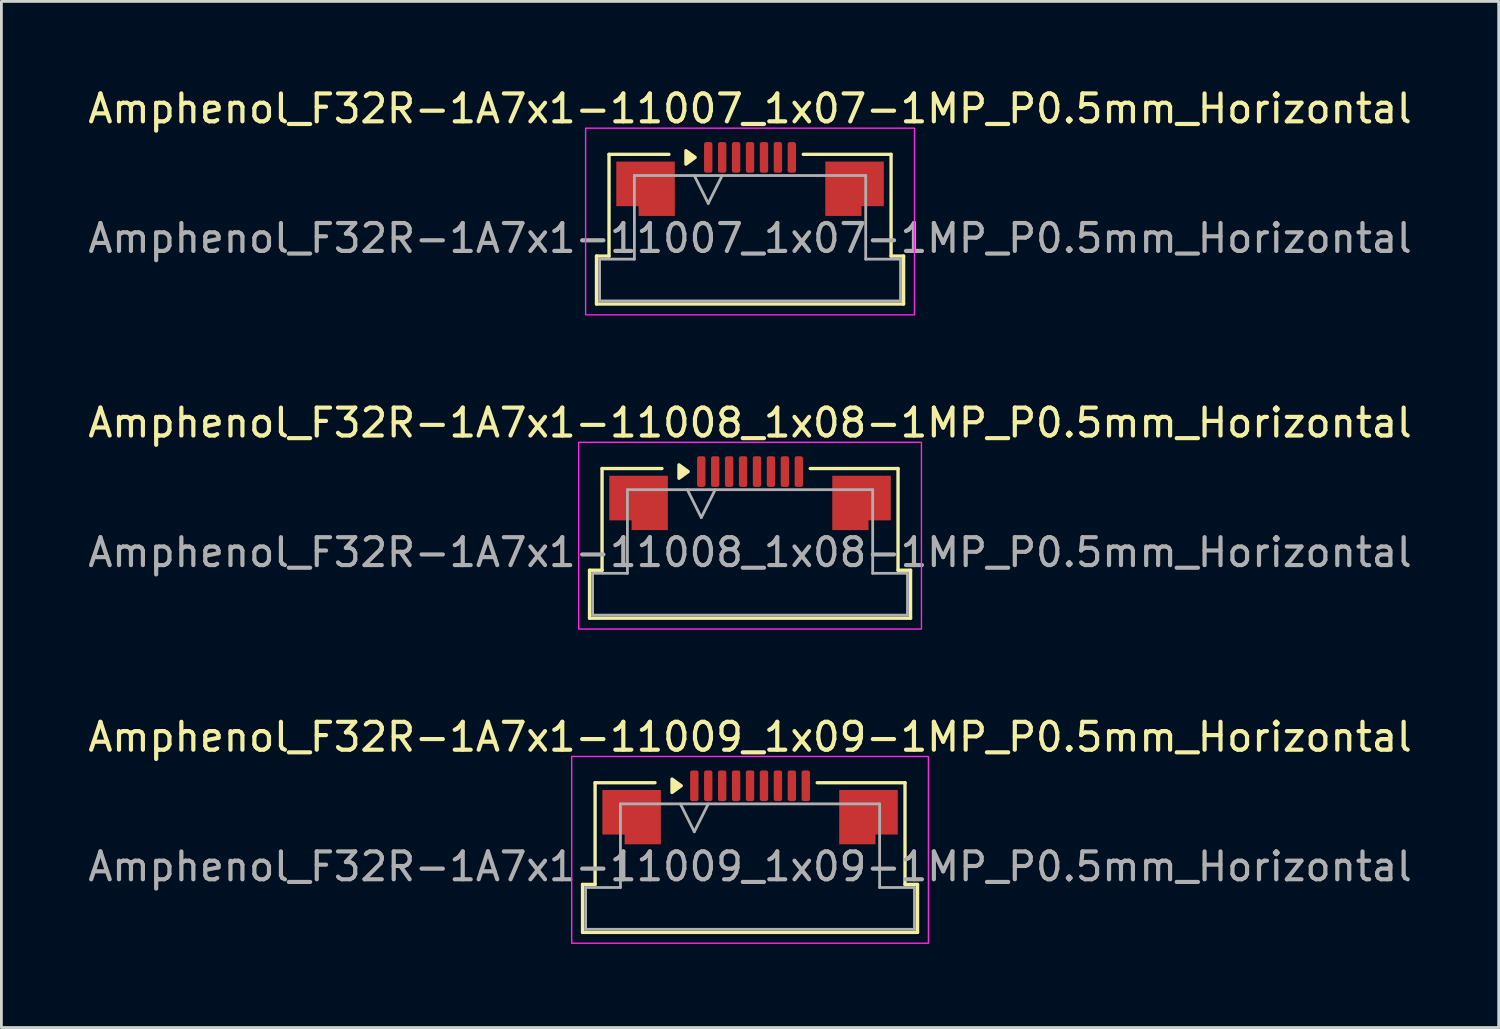
<source format=kicad_pcb>
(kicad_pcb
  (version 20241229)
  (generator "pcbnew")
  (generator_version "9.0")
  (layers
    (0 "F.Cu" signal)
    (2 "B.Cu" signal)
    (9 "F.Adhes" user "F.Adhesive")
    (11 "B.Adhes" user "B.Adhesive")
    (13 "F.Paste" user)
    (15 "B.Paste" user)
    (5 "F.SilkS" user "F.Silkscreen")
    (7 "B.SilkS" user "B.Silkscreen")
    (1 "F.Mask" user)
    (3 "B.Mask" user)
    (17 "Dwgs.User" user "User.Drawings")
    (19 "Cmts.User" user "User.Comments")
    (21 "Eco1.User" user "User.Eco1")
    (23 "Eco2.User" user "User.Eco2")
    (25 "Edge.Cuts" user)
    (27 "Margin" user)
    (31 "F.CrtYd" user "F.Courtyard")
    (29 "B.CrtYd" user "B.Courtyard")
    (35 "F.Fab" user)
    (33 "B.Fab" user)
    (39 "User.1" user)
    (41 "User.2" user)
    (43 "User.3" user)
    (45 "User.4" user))
  (footprint "Amphenol_F32R-1A7x1-11009_1x09-1MP_P0.5mm_Horizontal"
    (layer "F.Cu")
    (at 23.863 28.045)
    (property "Reference" "Amphenol_F32R-1A7x1-11009_1x09-1MP_P0.5mm_Horizontal" (at 0 -4.65 0) (layer "F.SilkS") (effects (font (size 1 1) (thickness 0.15))))
    (attr smd)
    (fp_line (start -6.01 0.64) (end -5.56 0.64) (stroke (width 0.12) (type solid)) (layer "F.SilkS"))
    (fp_line (start -6.01 2.36) (end -6.01 0.64) (stroke (width 0.12) (type solid)) (layer "F.SilkS"))
    (fp_line (start -5.56 -3.01) (end -3.41 -3.01) (stroke (width 0.12) (type solid)) (layer "F.SilkS"))
    (fp_line (start -5.56 0.64) (end -5.56 -3.01) (stroke (width 0.12) (type solid)) (layer "F.SilkS"))
    (fp_line (start 2.41 -3.01) (end 5.56 -3.01) (stroke (width 0.12) (type solid)) (layer "F.SilkS"))
    (fp_line (start 5.56 -3.01) (end 5.56 0.64) (stroke (width 0.12) (type solid)) (layer "F.SilkS"))
    (fp_line (start 5.56 0.64) (end 6.01 0.64) (stroke (width 0.12) (type solid)) (layer "F.SilkS"))
    (fp_line (start 6.01 0.64) (end 6.01 2.36) (stroke (width 0.12) (type solid)) (layer "F.SilkS"))
    (fp_line (start 6.01 2.36) (end -6.01 2.36) (stroke (width 0.12) (type solid)) (layer "F.SilkS"))
    (fp_poly (pts (xy -2.47 -2.9) (xy -2.8 -2.66) (xy -2.8 -3.14)) (stroke (width 0.12) (type solid)) (fill yes) (layer "F.SilkS"))
    (fp_rect (start -6.4 -3.95) (end 6.4 2.75) (stroke (width 0.05) (type solid)) (fill no) (layer "F.CrtYd"))
    (fp_line (start -5.9 0.75) (end -4.65 0.75) (stroke (width 0.1) (type solid)) (layer "F.Fab"))
    (fp_line (start -5.9 2.25) (end -5.9 0.75) (stroke (width 0.1) (type solid)) (layer "F.Fab"))
    (fp_line (start -4.65 -2.25) (end 4.65 -2.25) (stroke (width 0.1) (type solid)) (layer "F.Fab"))
    (fp_line (start -4.65 0.75) (end -4.65 -2.25) (stroke (width 0.1) (type solid)) (layer "F.Fab"))
    (fp_line (start -2.5 -2.25) (end -2 -1.25) (stroke (width 0.1) (type solid)) (layer "F.Fab"))
    (fp_line (start -2 -1.25) (end -1.5 -2.25) (stroke (width 0.1) (type solid)) (layer "F.Fab"))
    (fp_line (start 4.65 -2.25) (end 4.65 0.75) (stroke (width 0.1) (type solid)) (layer "F.Fab"))
    (fp_line (start 4.65 0.75) (end 5.9 0.75) (stroke (width 0.1) (type solid)) (layer "F.Fab"))
    (fp_line (start 5.9 0.75) (end 5.9 2.25) (stroke (width 0.1) (type solid)) (layer "F.Fab"))
    (fp_line (start 5.9 2.25) (end -5.9 2.25) (stroke (width 0.1) (type solid)) (layer "F.Fab"))
    (fp_text user "${REFERENCE}" (at 0 0 0) (layer "F.Fab") (effects (font (size 1 1) (thickness 0.15))))
    (pad "1" smd roundrect (at -2 -2.9) (size 0.3 1.1) (layers "F.Cu" "F.Mask" "F.Paste") (roundrect_rratio 0.25))
    (pad "2" smd roundrect (at -1.5 -2.9) (size 0.3 1.1) (layers "F.Cu" "F.Mask" "F.Paste") (roundrect_rratio 0.25))
    (pad "3" smd roundrect (at -1 -2.9) (size 0.3 1.1) (layers "F.Cu" "F.Mask" "F.Paste") (roundrect_rratio 0.25))
    (pad "4" smd roundrect (at -0.5 -2.9) (size 0.3 1.1) (layers "F.Cu" "F.Mask" "F.Paste") (roundrect_rratio 0.25))
    (pad "5" smd roundrect (at 0 -2.9) (size 0.3 1.1) (layers "F.Cu" "F.Mask" "F.Paste") (roundrect_rratio 0.25))
    (pad "6" smd roundrect (at 0.5 -2.9) (size 0.3 1.1) (layers "F.Cu" "F.Mask" "F.Paste") (roundrect_rratio 0.25))
    (pad "7" smd roundrect (at 1 -2.9) (size 0.3 1.1) (layers "F.Cu" "F.Mask" "F.Paste") (roundrect_rratio 0.25))
    (pad "8" smd roundrect (at 1.5 -2.9) (size 0.3 1.1) (layers "F.Cu" "F.Mask" "F.Paste") (roundrect_rratio 0.25))
    (pad "9" smd roundrect (at 2 -2.9) (size 0.3 1.1) (layers "F.Cu" "F.Mask" "F.Paste") (roundrect_rratio 0.25))
    (pad "MP" smd custom (at -4.25 -1.775) (size 1 1) (layers "F.Cu" "F.Mask" "F.Paste") (options (anchor circle)) (primitives (gr_poly (pts (xy 1.05 -0.975) (xy 1.05 0.975) (xy -0.25 0.975) (xy -0.25 0.625) (xy -1.05 0.625) (xy -1.05 -0.975)) (width 0) (fill yes))))
    (pad "MP" smd custom (at 4.25 -1.775) (size 1 1) (layers "F.Cu" "F.Mask" "F.Paste") (options (anchor circle)) (primitives (gr_poly (pts (xy -1.05 -0.975) (xy -1.05 0.975) (xy 0.25 0.975) (xy 0.25 0.625) (xy 1.05 0.625) (xy 1.05 -0.975)) (width 0) (fill yes)))))
  (footprint "Amphenol_F32R-1A7x1-11008_1x08-1MP_P0.5mm_Horizontal"
    (layer "F.Cu")
    (at 23.863 16.771)
    (property "Reference" "Amphenol_F32R-1A7x1-11008_1x08-1MP_P0.5mm_Horizontal" (at 0 -4.65 0) (layer "F.SilkS") (effects (font (size 1 1) (thickness 0.15))))
    (attr smd)
    (fp_line (start -5.76 0.64) (end -5.31 0.64) (stroke (width 0.12) (type solid)) (layer "F.SilkS"))
    (fp_line (start -5.76 2.36) (end -5.76 0.64) (stroke (width 0.12) (type solid)) (layer "F.SilkS"))
    (fp_line (start -5.31 -3.01) (end -3.16 -3.01) (stroke (width 0.12) (type solid)) (layer "F.SilkS"))
    (fp_line (start -5.31 0.64) (end -5.31 -3.01) (stroke (width 0.12) (type solid)) (layer "F.SilkS"))
    (fp_line (start 2.16 -3.01) (end 5.31 -3.01) (stroke (width 0.12) (type solid)) (layer "F.SilkS"))
    (fp_line (start 5.31 -3.01) (end 5.31 0.64) (stroke (width 0.12) (type solid)) (layer "F.SilkS"))
    (fp_line (start 5.31 0.64) (end 5.76 0.64) (stroke (width 0.12) (type solid)) (layer "F.SilkS"))
    (fp_line (start 5.76 0.64) (end 5.76 2.36) (stroke (width 0.12) (type solid)) (layer "F.SilkS"))
    (fp_line (start 5.76 2.36) (end -5.76 2.36) (stroke (width 0.12) (type solid)) (layer "F.SilkS"))
    (fp_poly (pts (xy -2.22 -2.9) (xy -2.55 -2.66) (xy -2.55 -3.14)) (stroke (width 0.12) (type solid)) (fill yes) (layer "F.SilkS"))
    (fp_rect (start -6.15 -3.95) (end 6.15 2.75) (stroke (width 0.05) (type solid)) (fill no) (layer "F.CrtYd"))
    (fp_line (start -5.65 0.75) (end -4.4 0.75) (stroke (width 0.1) (type solid)) (layer "F.Fab"))
    (fp_line (start -5.65 2.25) (end -5.65 0.75) (stroke (width 0.1) (type solid)) (layer "F.Fab"))
    (fp_line (start -4.4 -2.25) (end 4.4 -2.25) (stroke (width 0.1) (type solid)) (layer "F.Fab"))
    (fp_line (start -4.4 0.75) (end -4.4 -2.25) (stroke (width 0.1) (type solid)) (layer "F.Fab"))
    (fp_line (start -2.25 -2.25) (end -1.75 -1.25) (stroke (width 0.1) (type solid)) (layer "F.Fab"))
    (fp_line (start -1.75 -1.25) (end -1.25 -2.25) (stroke (width 0.1) (type solid)) (layer "F.Fab"))
    (fp_line (start 4.4 -2.25) (end 4.4 0.75) (stroke (width 0.1) (type solid)) (layer "F.Fab"))
    (fp_line (start 4.4 0.75) (end 5.65 0.75) (stroke (width 0.1) (type solid)) (layer "F.Fab"))
    (fp_line (start 5.65 0.75) (end 5.65 2.25) (stroke (width 0.1) (type solid)) (layer "F.Fab"))
    (fp_line (start 5.65 2.25) (end -5.65 2.25) (stroke (width 0.1) (type solid)) (layer "F.Fab"))
    (fp_text user "${REFERENCE}" (at 0 0 0) (layer "F.Fab") (effects (font (size 1 1) (thickness 0.15))))
    (pad "1" smd roundrect (at -1.75 -2.9) (size 0.3 1.1) (layers "F.Cu" "F.Mask" "F.Paste") (roundrect_rratio 0.25))
    (pad "2" smd roundrect (at -1.25 -2.9) (size 0.3 1.1) (layers "F.Cu" "F.Mask" "F.Paste") (roundrect_rratio 0.25))
    (pad "3" smd roundrect (at -0.75 -2.9) (size 0.3 1.1) (layers "F.Cu" "F.Mask" "F.Paste") (roundrect_rratio 0.25))
    (pad "4" smd roundrect (at -0.25 -2.9) (size 0.3 1.1) (layers "F.Cu" "F.Mask" "F.Paste") (roundrect_rratio 0.25))
    (pad "5" smd roundrect (at 0.25 -2.9) (size 0.3 1.1) (layers "F.Cu" "F.Mask" "F.Paste") (roundrect_rratio 0.25))
    (pad "6" smd roundrect (at 0.75 -2.9) (size 0.3 1.1) (layers "F.Cu" "F.Mask" "F.Paste") (roundrect_rratio 0.25))
    (pad "7" smd roundrect (at 1.25 -2.9) (size 0.3 1.1) (layers "F.Cu" "F.Mask" "F.Paste") (roundrect_rratio 0.25))
    (pad "8" smd roundrect (at 1.75 -2.9) (size 0.3 1.1) (layers "F.Cu" "F.Mask" "F.Paste") (roundrect_rratio 0.25))
    (pad "MP" smd custom (at -4 -1.775) (size 1 1) (layers "F.Cu" "F.Mask" "F.Paste") (options (anchor circle)) (primitives (gr_poly (pts (xy 1.05 -0.975) (xy 1.05 0.975) (xy -0.25 0.975) (xy -0.25 0.625) (xy -1.05 0.625) (xy -1.05 -0.975)) (width 0) (fill yes))))
    (pad "MP" smd custom (at 4 -1.775) (size 1 1) (layers "F.Cu" "F.Mask" "F.Paste") (options (anchor circle)) (primitives (gr_poly (pts (xy -1.05 -0.975) (xy -1.05 0.975) (xy 0.25 0.975) (xy 0.25 0.625) (xy 1.05 0.625) (xy 1.05 -0.975)) (width 0) (fill yes)))))
  (footprint "Amphenol_F32R-1A7x1-11007_1x07-1MP_P0.5mm_Horizontal"
    (layer "F.Cu")
    (at 23.863 5.498)
    (property "Reference" "Amphenol_F32R-1A7x1-11007_1x07-1MP_P0.5mm_Horizontal" (at 0 -4.65 0) (layer "F.SilkS") (effects (font (size 1 1) (thickness 0.15))))
    (attr smd)
    (fp_line (start -5.51 0.64) (end -5.06 0.64) (stroke (width 0.12) (type solid)) (layer "F.SilkS"))
    (fp_line (start -5.51 2.36) (end -5.51 0.64) (stroke (width 0.12) (type solid)) (layer "F.SilkS"))
    (fp_line (start -5.06 -3.01) (end -2.91 -3.01) (stroke (width 0.12) (type solid)) (layer "F.SilkS"))
    (fp_line (start -5.06 0.64) (end -5.06 -3.01) (stroke (width 0.12) (type solid)) (layer "F.SilkS"))
    (fp_line (start 1.91 -3.01) (end 5.06 -3.01) (stroke (width 0.12) (type solid)) (layer "F.SilkS"))
    (fp_line (start 5.06 -3.01) (end 5.06 0.64) (stroke (width 0.12) (type solid)) (layer "F.SilkS"))
    (fp_line (start 5.06 0.64) (end 5.51 0.64) (stroke (width 0.12) (type solid)) (layer "F.SilkS"))
    (fp_line (start 5.51 0.64) (end 5.51 2.36) (stroke (width 0.12) (type solid)) (layer "F.SilkS"))
    (fp_line (start 5.51 2.36) (end -5.51 2.36) (stroke (width 0.12) (type solid)) (layer "F.SilkS"))
    (fp_poly (pts (xy -1.97 -2.9) (xy -2.3 -2.66) (xy -2.3 -3.14)) (stroke (width 0.12) (type solid)) (fill yes) (layer "F.SilkS"))
    (fp_rect (start -5.9 -3.95) (end 5.9 2.75) (stroke (width 0.05) (type solid)) (fill no) (layer "F.CrtYd"))
    (fp_line (start -5.4 0.75) (end -4.15 0.75) (stroke (width 0.1) (type solid)) (layer "F.Fab"))
    (fp_line (start -5.4 2.25) (end -5.4 0.75) (stroke (width 0.1) (type solid)) (layer "F.Fab"))
    (fp_line (start -4.15 -2.25) (end 4.15 -2.25) (stroke (width 0.1) (type solid)) (layer "F.Fab"))
    (fp_line (start -4.15 0.75) (end -4.15 -2.25) (stroke (width 0.1) (type solid)) (layer "F.Fab"))
    (fp_line (start -2 -2.25) (end -1.5 -1.25) (stroke (width 0.1) (type solid)) (layer "F.Fab"))
    (fp_line (start -1.5 -1.25) (end -1 -2.25) (stroke (width 0.1) (type solid)) (layer "F.Fab"))
    (fp_line (start 4.15 -2.25) (end 4.15 0.75) (stroke (width 0.1) (type solid)) (layer "F.Fab"))
    (fp_line (start 4.15 0.75) (end 5.4 0.75) (stroke (width 0.1) (type solid)) (layer "F.Fab"))
    (fp_line (start 5.4 0.75) (end 5.4 2.25) (stroke (width 0.1) (type solid)) (layer "F.Fab"))
    (fp_line (start 5.4 2.25) (end -5.4 2.25) (stroke (width 0.1) (type solid)) (layer "F.Fab"))
    (fp_text user "${REFERENCE}" (at 0 0 0) (layer "F.Fab") (effects (font (size 1 1) (thickness 0.15))))
    (pad "1" smd roundrect (at -1.5 -2.9) (size 0.3 1.1) (layers "F.Cu" "F.Mask" "F.Paste") (roundrect_rratio 0.25))
    (pad "2" smd roundrect (at -1 -2.9) (size 0.3 1.1) (layers "F.Cu" "F.Mask" "F.Paste") (roundrect_rratio 0.25))
    (pad "3" smd roundrect (at -0.5 -2.9) (size 0.3 1.1) (layers "F.Cu" "F.Mask" "F.Paste") (roundrect_rratio 0.25))
    (pad "4" smd roundrect (at 0 -2.9) (size 0.3 1.1) (layers "F.Cu" "F.Mask" "F.Paste") (roundrect_rratio 0.25))
    (pad "5" smd roundrect (at 0.5 -2.9) (size 0.3 1.1) (layers "F.Cu" "F.Mask" "F.Paste") (roundrect_rratio 0.25))
    (pad "6" smd roundrect (at 1 -2.9) (size 0.3 1.1) (layers "F.Cu" "F.Mask" "F.Paste") (roundrect_rratio 0.25))
    (pad "7" smd roundrect (at 1.5 -2.9) (size 0.3 1.1) (layers "F.Cu" "F.Mask" "F.Paste") (roundrect_rratio 0.25))
    (pad "MP" smd custom (at -3.75 -1.775) (size 1 1) (layers "F.Cu" "F.Mask" "F.Paste") (options (anchor circle)) (primitives (gr_poly (pts (xy 1.05 -0.975) (xy 1.05 0.975) (xy -0.25 0.975) (xy -0.25 0.625) (xy -1.05 0.625) (xy -1.05 -0.975)) (width 0) (fill yes))))
    (pad "MP" smd custom (at 3.75 -1.775) (size 1 1) (layers "F.Cu" "F.Mask" "F.Paste") (options (anchor circle)) (primitives (gr_poly (pts (xy -1.05 -0.975) (xy -1.05 0.975) (xy 0.25 0.975) (xy 0.25 0.625) (xy 1.05 0.625) (xy 1.05 -0.975)) (width 0) (fill yes)))))
  (gr_rect
    (start -3 -3)
    (end 50.726 33.82)
    (stroke (width 0.1) (type default))
    (fill no)
    (layer "Edge.Cuts")))
</source>
